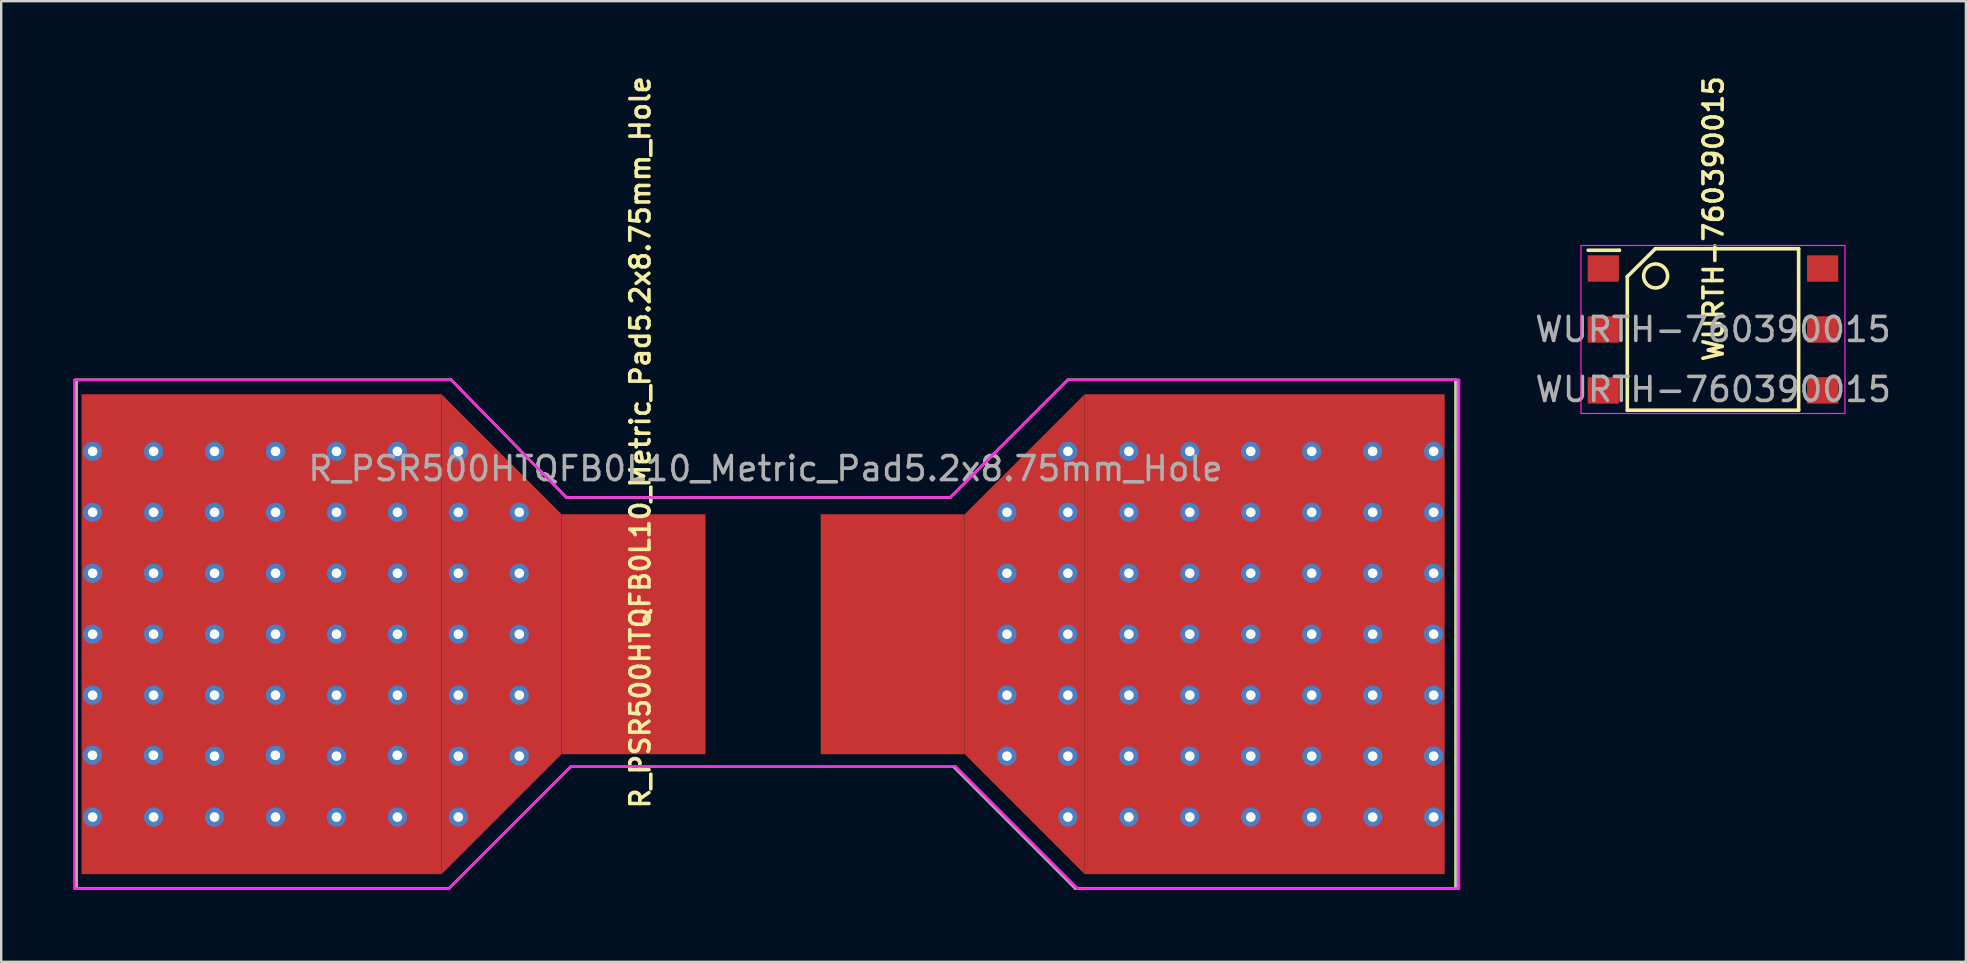
<source format=kicad_pcb>
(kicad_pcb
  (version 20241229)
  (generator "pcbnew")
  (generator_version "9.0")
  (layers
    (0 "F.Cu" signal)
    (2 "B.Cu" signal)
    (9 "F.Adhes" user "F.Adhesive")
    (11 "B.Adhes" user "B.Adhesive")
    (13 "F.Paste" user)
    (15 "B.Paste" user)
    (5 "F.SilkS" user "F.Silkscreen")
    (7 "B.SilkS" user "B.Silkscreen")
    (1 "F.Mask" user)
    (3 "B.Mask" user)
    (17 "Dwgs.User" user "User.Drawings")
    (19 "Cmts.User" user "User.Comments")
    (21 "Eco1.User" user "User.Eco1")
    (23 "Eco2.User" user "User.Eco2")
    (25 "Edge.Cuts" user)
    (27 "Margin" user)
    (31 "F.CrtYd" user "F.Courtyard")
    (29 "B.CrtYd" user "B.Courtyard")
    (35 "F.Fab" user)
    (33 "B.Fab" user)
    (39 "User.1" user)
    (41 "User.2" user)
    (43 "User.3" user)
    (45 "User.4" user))
  (footprint "R_PSR500HTQFB0L10_Metric_Pad5.2x8.75mm_Hole"
    (layer "F.Cu")
    (at 28.75 23.378)
    (property "Reference" "R_PSR500HTQFB0L10_Metric_Pad5.2x8.75mm_Hole" (at -5.12 -7.995 90) (layer "F.SilkS") (effects (font (size 0.8 0.8) (thickness 0.15))))
    (attr smd)
    (fp_line (start -28.65 -10.6) (end -13 -10.6) (stroke (width 0.1) (type default)) (layer "F.SilkS"))
    (fp_line (start -28.65 10.6) (end -28.65 -10.6) (stroke (width 0.1) (type default)) (layer "F.SilkS"))
    (fp_line (start -13.1 10.6) (end -28.65 10.6) (stroke (width 0.1) (type default)) (layer "F.SilkS"))
    (fp_line (start -13 -10.6) (end -8.2 -5.7) (stroke (width 0.1) (type default)) (layer "F.SilkS"))
    (fp_line (start -8.2 -5.7) (end 7.8 -5.7) (stroke (width 0.1) (type default)) (layer "F.SilkS"))
    (fp_line (start -8 5.5) (end -13.1 10.6) (stroke (width 0.1) (type default)) (layer "F.SilkS"))
    (fp_line (start 7.8 -5.7) (end 12.7 -10.6) (stroke (width 0.1) (type default)) (layer "F.SilkS"))
    (fp_line (start 8 5.5) (end -8 5.5) (stroke (width 0.1) (type default)) (layer "F.SilkS"))
    (fp_line (start 12.7 -10.6) (end 28.85 -10.6) (stroke (width 0.1) (type default)) (layer "F.SilkS"))
    (fp_line (start 13.1 10.6) (end 8 5.5) (stroke (width 0.1) (type default)) (layer "F.SilkS"))
    (fp_line (start 28.85 -10.6) (end 28.85 10.6) (stroke (width 0.1) (type default)) (layer "F.SilkS"))
    (fp_line (start 28.85 10.6) (end 13.1 10.6) (stroke (width 0.1) (type default)) (layer "F.SilkS"))
    (fp_line (start -28.7 -10.6) (end -13 -10.6) (stroke (width 0.1) (type default)) (layer "F.CrtYd"))
    (fp_line (start -28.7 10.6) (end -28.7 -10.6) (stroke (width 0.1) (type default)) (layer "F.CrtYd"))
    (fp_line (start -13.1 10.6) (end -28.7 10.6) (stroke (width 0.1) (type default)) (layer "F.CrtYd"))
    (fp_line (start -13 -10.6) (end -13 -10.6) (stroke (width 0.1) (type default)) (layer "F.CrtYd"))
    (fp_line (start -13 -10.6) (end -8.2 -5.7) (stroke (width 0.1) (type default)) (layer "F.CrtYd"))
    (fp_line (start -8.2 -5.7) (end 7.8 -5.7) (stroke (width 0.1) (type default)) (layer "F.CrtYd"))
    (fp_line (start -8 5.5) (end -13.1 10.6) (stroke (width 0.1) (type default)) (layer "F.CrtYd"))
    (fp_line (start 7.8 -5.7) (end 12.7 -10.6) (stroke (width 0.1) (type default)) (layer "F.CrtYd"))
    (fp_line (start 8 5.5) (end -8 5.5) (stroke (width 0.1) (type default)) (layer "F.CrtYd"))
    (fp_line (start 12.7 -10.6) (end 29 -10.6) (stroke (width 0.1) (type default)) (layer "F.CrtYd"))
    (fp_line (start 13.1 10.6) (end 8 5.5) (stroke (width 0.1) (type default)) (layer "F.CrtYd"))
    (fp_line (start 29 -10.6) (end 29 10.6) (stroke (width 0.1) (type default)) (layer "F.CrtYd"))
    (fp_line (start 29 10.6) (end 13.1 10.6) (stroke (width 0.1) (type default)) (layer "F.CrtYd"))
    (fp_line (start -28.6 -10.6) (end -13 -10.6) (stroke (width 0.1) (type default)) (layer "F.Fab"))
    (fp_line (start -28.6 10.6) (end -28.6 -10.6) (stroke (width 0.1) (type default)) (layer "F.Fab"))
    (fp_line (start -13.1 10.6) (end -28.6 10.6) (stroke (width 0.1) (type default)) (layer "F.Fab"))
    (fp_line (start -13 -10.6) (end -8.2 -5.7) (stroke (width 0.1) (type default)) (layer "F.Fab"))
    (fp_line (start -8.2 -5.7) (end 7.8 -5.7) (stroke (width 0.1) (type default)) (layer "F.Fab"))
    (fp_line (start -8 5.5) (end -13.1 10.6) (stroke (width 0.1) (type default)) (layer "F.Fab"))
    (fp_line (start 7.8 -5.7) (end 12.7 -10.6) (stroke (width 0.1) (type default)) (layer "F.Fab"))
    (fp_line (start 7.9 5.5) (end -8 5.5) (stroke (width 0.1) (type default)) (layer "F.Fab"))
    (fp_line (start 12.7 -10.6) (end 28.9 -10.6) (stroke (width 0.1) (type default)) (layer "F.Fab"))
    (fp_line (start 13 10.6) (end 7.9 5.5) (stroke (width 0.1) (type default)) (layer "F.Fab"))
    (fp_line (start 28.9 -10.6) (end 28.9 10.6) (stroke (width 0.1) (type default)) (layer "F.Fab"))
    (fp_line (start 28.9 10.6) (end 13 10.6) (stroke (width 0.1) (type default)) (layer "F.Fab"))
    (fp_text user "${REFERENCE}" (at 0.1 -6.9 0) (layer "F.Fab") (effects (font (size 1 1) (thickness 0.15))))
    (pad "1" thru_hole circle (at -27.947 5.044) (size 0.8 0.8) (drill 0.4) (layers "*.Cu" "*.Mask"))
    (pad "1" thru_hole circle (at -27.94 -7.62) (size 0.8 0.8) (drill 0.4) (layers "*.Cu" "*.Mask"))
    (pad "1" thru_hole circle (at -27.94 -5.08) (size 0.8 0.8) (drill 0.4) (layers "*.Cu" "*.Mask"))
    (pad "1" thru_hole circle (at -27.94 -2.54) (size 0.8 0.8) (drill 0.4) (layers "*.Cu" "*.Mask"))
    (pad "1" thru_hole circle (at -27.94 0) (size 0.8 0.8) (drill 0.4) (layers "*.Cu" "*.Mask"))
    (pad "1" thru_hole circle (at -27.94 2.54) (size 0.8 0.8) (drill 0.4) (layers "*.Cu" "*.Mask"))
    (pad "1" thru_hole circle (at -27.94 7.62) (size 0.8 0.8) (drill 0.4) (layers "*.Cu" "*.Mask"))
    (pad "1" thru_hole circle (at -25.407 5.044) (size 0.8 0.8) (drill 0.4) (layers "*.Cu" "*.Mask"))
    (pad "1" thru_hole circle (at -25.4 -7.62) (size 0.8 0.8) (drill 0.4) (layers "*.Cu" "*.Mask"))
    (pad "1" thru_hole circle (at -25.4 -5.08) (size 0.8 0.8) (drill 0.4) (layers "*.Cu" "*.Mask"))
    (pad "1" thru_hole circle (at -25.4 -2.54) (size 0.8 0.8) (drill 0.4) (layers "*.Cu" "*.Mask"))
    (pad "1" thru_hole circle (at -25.4 0) (size 0.8 0.8) (drill 0.4) (layers "*.Cu" "*.Mask"))
    (pad "1" thru_hole circle (at -25.4 2.54) (size 0.8 0.8) (drill 0.4) (layers "*.Cu" "*.Mask"))
    (pad "1" thru_hole circle (at -25.4 7.62) (size 0.8 0.8) (drill 0.4) (layers "*.Cu" "*.Mask"))
    (pad "1" thru_hole circle (at -22.86 -7.62) (size 0.8 0.8) (drill 0.4) (layers "*.Cu" "*.Mask"))
    (pad "1" thru_hole circle (at -22.86 -5.08) (size 0.8 0.8) (drill 0.4) (layers "*.Cu" "*.Mask"))
    (pad "1" thru_hole circle (at -22.86 -2.54) (size 0.8 0.8) (drill 0.4) (layers "*.Cu" "*.Mask"))
    (pad "1" thru_hole circle (at -22.86 0) (size 0.8 0.8) (drill 0.4) (layers "*.Cu" "*.Mask"))
    (pad "1" thru_hole circle (at -22.86 2.54) (size 0.8 0.8) (drill 0.4) (layers "*.Cu" "*.Mask"))
    (pad "1" thru_hole circle (at -22.86 5.08) (size 0.8 0.8) (drill 0.4) (layers "*.Cu" "*.Mask"))
    (pad "1" thru_hole circle (at -22.86 7.62) (size 0.8 0.8) (drill 0.4) (layers "*.Cu" "*.Mask"))
    (pad "1" smd rect (at -20.9 0 270) (size 20 15) (layers "F.Cu" "F.Mask" "F.Paste"))
    (pad "1" thru_hole circle (at -20.327 5.044) (size 0.8 0.8) (drill 0.4) (layers "*.Cu" "*.Mask"))
    (pad "1" thru_hole circle (at -20.32 -7.62) (size 0.8 0.8) (drill 0.4) (layers "*.Cu" "*.Mask"))
    (pad "1" thru_hole circle (at -20.32 -5.08) (size 0.8 0.8) (drill 0.4) (layers "*.Cu" "*.Mask"))
    (pad "1" thru_hole circle (at -20.32 -2.54) (size 0.8 0.8) (drill 0.4) (layers "*.Cu" "*.Mask"))
    (pad "1" thru_hole circle (at -20.32 0) (size 0.8 0.8) (drill 0.4) (layers "*.Cu" "*.Mask"))
    (pad "1" thru_hole circle (at -20.32 2.54) (size 0.8 0.8) (drill 0.4) (layers "*.Cu" "*.Mask"))
    (pad "1" thru_hole circle (at -20.32 7.62) (size 0.8 0.8) (drill 0.4) (layers "*.Cu" "*.Mask"))
    (pad "1" thru_hole circle (at -17.78 -7.62) (size 0.8 0.8) (drill 0.4) (layers "*.Cu" "*.Mask"))
    (pad "1" thru_hole circle (at -17.78 -5.08) (size 0.8 0.8) (drill 0.4) (layers "*.Cu" "*.Mask"))
    (pad "1" thru_hole circle (at -17.78 -2.54) (size 0.8 0.8) (drill 0.4) (layers "*.Cu" "*.Mask"))
    (pad "1" thru_hole circle (at -17.78 0) (size 0.8 0.8) (drill 0.4) (layers "*.Cu" "*.Mask"))
    (pad "1" thru_hole circle (at -17.78 2.54) (size 0.8 0.8) (drill 0.4) (layers "*.Cu" "*.Mask"))
    (pad "1" thru_hole circle (at -17.78 5.08) (size 0.8 0.8) (drill 0.4) (layers "*.Cu" "*.Mask"))
    (pad "1" thru_hole circle (at -17.78 7.62) (size 0.8 0.8) (drill 0.4) (layers "*.Cu" "*.Mask"))
    (pad "1" thru_hole circle (at -15.247 5.044) (size 0.8 0.8) (drill 0.4) (layers "*.Cu" "*.Mask"))
    (pad "1" thru_hole circle (at -15.24 -7.62) (size 0.8 0.8) (drill 0.4) (layers "*.Cu" "*.Mask"))
    (pad "1" thru_hole circle (at -15.24 -5.08) (size 0.8 0.8) (drill 0.4) (layers "*.Cu" "*.Mask"))
    (pad "1" thru_hole circle (at -15.24 -2.54) (size 0.8 0.8) (drill 0.4) (layers "*.Cu" "*.Mask"))
    (pad "1" thru_hole circle (at -15.24 0) (size 0.8 0.8) (drill 0.4) (layers "*.Cu" "*.Mask"))
    (pad "1" thru_hole circle (at -15.24 2.54) (size 0.8 0.8) (drill 0.4) (layers "*.Cu" "*.Mask"))
    (pad "1" thru_hole circle (at -15.24 7.62) (size 0.8 0.8) (drill 0.4) (layers "*.Cu" "*.Mask"))
    (pad "1" thru_hole circle (at -12.7 -7.62) (size 0.8 0.8) (drill 0.4) (layers "*.Cu" "*.Mask"))
    (pad "1" thru_hole circle (at -12.7 -5.08) (size 0.8 0.8) (drill 0.4) (layers "*.Cu" "*.Mask"))
    (pad "1" thru_hole circle (at -12.7 -2.54) (size 0.8 0.8) (drill 0.4) (layers "*.Cu" "*.Mask"))
    (pad "1" thru_hole circle (at -12.7 0) (size 0.8 0.8) (drill 0.4) (layers "*.Cu" "*.Mask"))
    (pad "1" thru_hole circle (at -12.7 2.54) (size 0.8 0.8) (drill 0.4) (layers "*.Cu" "*.Mask"))
    (pad "1" thru_hole circle (at -12.7 5.08) (size 0.8 0.8) (drill 0.4) (layers "*.Cu" "*.Mask"))
    (pad "1" thru_hole circle (at -12.7 7.62) (size 0.8 0.8) (drill 0.4) (layers "*.Cu" "*.Mask"))
    (pad "1" smd trapezoid (at -10.9 0 270) (size 15 5) (rect_delta 0 5) (layers "F.Cu" "F.Mask" "F.Paste"))
    (pad "1" thru_hole circle (at -10.16 -5.08) (size 0.8 0.8) (drill 0.4) (layers "*.Cu" "*.Mask"))
    (pad "1" thru_hole circle (at -10.16 -2.54) (size 0.8 0.8) (drill 0.4) (layers "*.Cu" "*.Mask"))
    (pad "1" thru_hole circle (at -10.16 0) (size 0.8 0.8) (drill 0.4) (layers "*.Cu" "*.Mask"))
    (pad "1" thru_hole circle (at -10.16 2.54) (size 0.8 0.8) (drill 0.4) (layers "*.Cu" "*.Mask"))
    (pad "1" thru_hole circle (at -10.16 5.08) (size 0.8 0.8) (drill 0.4) (layers "*.Cu" "*.Mask"))
    (pad "1" smd rect (at -5.4 0) (size 6 10) (layers "F.Cu" "F.Mask" "F.Paste"))
    (pad "2" smd rect (at 5.4 0) (size 6 10) (layers "F.Cu" "F.Mask" "F.Paste"))
    (pad "2" thru_hole circle (at 10.16 -5.08) (size 0.8 0.8) (drill 0.4) (layers "*.Cu" "*.Mask"))
    (pad "2" thru_hole circle (at 10.16 -2.54) (size 0.8 0.8) (drill 0.4) (layers "*.Cu" "*.Mask"))
    (pad "2" thru_hole circle (at 10.16 0) (size 0.8 0.8) (drill 0.4) (layers "*.Cu" "*.Mask"))
    (pad "2" thru_hole circle (at 10.16 2.54) (size 0.8 0.8) (drill 0.4) (layers "*.Cu" "*.Mask"))
    (pad "2" thru_hole circle (at 10.16 5.08) (size 0.8 0.8) (drill 0.4) (layers "*.Cu" "*.Mask"))
    (pad "2" smd trapezoid (at 10.9 0 90) (size 15 5) (rect_delta 0 5) (layers "F.Cu" "F.Mask" "F.Paste"))
    (pad "2" thru_hole circle (at 12.7 -7.62) (size 0.8 0.8) (drill 0.4) (layers "*.Cu" "*.Mask"))
    (pad "2" thru_hole circle (at 12.7 -5.08) (size 0.8 0.8) (drill 0.4) (layers "*.Cu" "*.Mask"))
    (pad "2" thru_hole circle (at 12.7 -2.54) (size 0.8 0.8) (drill 0.4) (layers "*.Cu" "*.Mask"))
    (pad "2" thru_hole circle (at 12.7 0) (size 0.8 0.8) (drill 0.4) (layers "*.Cu" "*.Mask"))
    (pad "2" thru_hole circle (at 12.7 2.54) (size 0.8 0.8) (drill 0.4) (layers "*.Cu" "*.Mask"))
    (pad "2" thru_hole circle (at 12.7 5.08) (size 0.8 0.8) (drill 0.4) (layers "*.Cu" "*.Mask"))
    (pad "2" thru_hole circle (at 12.7 7.62) (size 0.8 0.8) (drill 0.4) (layers "*.Cu" "*.Mask"))
    (pad "2" thru_hole circle (at 15.24 -7.62) (size 0.8 0.8) (drill 0.4) (layers "*.Cu" "*.Mask"))
    (pad "2" thru_hole circle (at 15.24 -5.08) (size 0.8 0.8) (drill 0.4) (layers "*.Cu" "*.Mask"))
    (pad "2" thru_hole circle (at 15.24 -2.54) (size 0.8 0.8) (drill 0.4) (layers "*.Cu" "*.Mask"))
    (pad "2" thru_hole circle (at 15.24 0) (size 0.8 0.8) (drill 0.4) (layers "*.Cu" "*.Mask"))
    (pad "2" thru_hole circle (at 15.24 2.54) (size 0.8 0.8) (drill 0.4) (layers "*.Cu" "*.Mask"))
    (pad "2" thru_hole circle (at 15.24 5.08) (size 0.8 0.8) (drill 0.4) (layers "*.Cu" "*.Mask"))
    (pad "2" thru_hole circle (at 15.24 7.62) (size 0.8 0.8) (drill 0.4) (layers "*.Cu" "*.Mask"))
    (pad "2" thru_hole circle (at 17.78 -7.62) (size 0.8 0.8) (drill 0.4) (layers "*.Cu" "*.Mask"))
    (pad "2" thru_hole circle (at 17.78 -5.08) (size 0.8 0.8) (drill 0.4) (layers "*.Cu" "*.Mask"))
    (pad "2" thru_hole circle (at 17.78 -2.54) (size 0.8 0.8) (drill 0.4) (layers "*.Cu" "*.Mask"))
    (pad "2" thru_hole circle (at 17.78 0) (size 0.8 0.8) (drill 0.4) (layers "*.Cu" "*.Mask"))
    (pad "2" thru_hole circle (at 17.78 2.54) (size 0.8 0.8) (drill 0.4) (layers "*.Cu" "*.Mask"))
    (pad "2" thru_hole circle (at 17.78 5.08) (size 0.8 0.8) (drill 0.4) (layers "*.Cu" "*.Mask"))
    (pad "2" thru_hole circle (at 17.78 7.62) (size 0.8 0.8) (drill 0.4) (layers "*.Cu" "*.Mask"))
    (pad "2" thru_hole circle (at 20.32 -7.62) (size 0.8 0.8) (drill 0.4) (layers "*.Cu" "*.Mask"))
    (pad "2" thru_hole circle (at 20.32 -5.08) (size 0.8 0.8) (drill 0.4) (layers "*.Cu" "*.Mask"))
    (pad "2" thru_hole circle (at 20.32 -2.54) (size 0.8 0.8) (drill 0.4) (layers "*.Cu" "*.Mask"))
    (pad "2" thru_hole circle (at 20.32 0) (size 0.8 0.8) (drill 0.4) (layers "*.Cu" "*.Mask"))
    (pad "2" thru_hole circle (at 20.32 2.54) (size 0.8 0.8) (drill 0.4) (layers "*.Cu" "*.Mask"))
    (pad "2" thru_hole circle (at 20.32 5.08) (size 0.8 0.8) (drill 0.4) (layers "*.Cu" "*.Mask"))
    (pad "2" thru_hole circle (at 20.32 7.62) (size 0.8 0.8) (drill 0.4) (layers "*.Cu" "*.Mask"))
    (pad "2" smd rect (at 20.9 0 90) (size 20 15) (layers "F.Cu" "F.Mask" "F.Paste"))
    (pad "2" thru_hole circle (at 22.86 -7.62) (size 0.8 0.8) (drill 0.4) (layers "*.Cu" "*.Mask"))
    (pad "2" thru_hole circle (at 22.86 -5.08) (size 0.8 0.8) (drill 0.4) (layers "*.Cu" "*.Mask"))
    (pad "2" thru_hole circle (at 22.86 -2.54) (size 0.8 0.8) (drill 0.4) (layers "*.Cu" "*.Mask"))
    (pad "2" thru_hole circle (at 22.86 0) (size 0.8 0.8) (drill 0.4) (layers "*.Cu" "*.Mask"))
    (pad "2" thru_hole circle (at 22.86 2.54) (size 0.8 0.8) (drill 0.4) (layers "*.Cu" "*.Mask"))
    (pad "2" thru_hole circle (at 22.86 5.08) (size 0.8 0.8) (drill 0.4) (layers "*.Cu" "*.Mask"))
    (pad "2" thru_hole circle (at 22.86 7.62) (size 0.8 0.8) (drill 0.4) (layers "*.Cu" "*.Mask"))
    (pad "2" thru_hole circle (at 25.4 -7.62) (size 0.8 0.8) (drill 0.4) (layers "*.Cu" "*.Mask"))
    (pad "2" thru_hole circle (at 25.4 -5.08) (size 0.8 0.8) (drill 0.4) (layers "*.Cu" "*.Mask"))
    (pad "2" thru_hole circle (at 25.4 -2.54) (size 0.8 0.8) (drill 0.4) (layers "*.Cu" "*.Mask"))
    (pad "2" thru_hole circle (at 25.4 0) (size 0.8 0.8) (drill 0.4) (layers "*.Cu" "*.Mask"))
    (pad "2" thru_hole circle (at 25.4 2.54) (size 0.8 0.8) (drill 0.4) (layers "*.Cu" "*.Mask"))
    (pad "2" thru_hole circle (at 25.4 5.08) (size 0.8 0.8) (drill 0.4) (layers "*.Cu" "*.Mask"))
    (pad "2" thru_hole circle (at 25.4 7.62) (size 0.8 0.8) (drill 0.4) (layers "*.Cu" "*.Mask"))
    (pad "2" thru_hole circle (at 27.94 -7.62) (size 0.8 0.8) (drill 0.4) (layers "*.Cu" "*.Mask"))
    (pad "2" thru_hole circle (at 27.94 -5.08) (size 0.8 0.8) (drill 0.4) (layers "*.Cu" "*.Mask"))
    (pad "2" thru_hole circle (at 27.94 -2.54) (size 0.8 0.8) (drill 0.4) (layers "*.Cu" "*.Mask"))
    (pad "2" thru_hole circle (at 27.94 0) (size 0.8 0.8) (drill 0.4) (layers "*.Cu" "*.Mask"))
    (pad "2" thru_hole circle (at 27.94 2.54) (size 0.8 0.8) (drill 0.4) (layers "*.Cu" "*.Mask"))
    (pad "2" thru_hole circle (at 27.94 5.08) (size 0.8 0.8) (drill 0.4) (layers "*.Cu" "*.Mask"))
    (pad "2" thru_hole circle (at 27.94 7.62) (size 0.8 0.8) (drill 0.4) (layers "*.Cu" "*.Mask")))
  (footprint "WURTH-760390015"
    (layer "F.Cu")
    (at 68.34 10.679)
    (property "Reference" "WURTH-760390015" (at 0.01 -4.61 90) (unlocked yes) (layer "F.SilkS") (effects (font (size 0.8 0.8) (thickness 0.15))))
    (attr smd)
    (fp_line (start -5.21 -3.3) (end -3.91 -3.3) (stroke (width 0.15) (type solid)) (layer "F.SilkS"))
    (fp_line (start -3.91 -3.3) (end -3.91 -3.3) (stroke (width 0.15) (type solid)) (layer "F.SilkS"))
    (fp_line (start -3.58 -2.2) (end -2.41 -3.365) (stroke (width 0.15) (type solid)) (layer "F.SilkS"))
    (fp_line (start -3.58 3.365) (end -3.58 -2.2) (stroke (width 0.15) (type solid)) (layer "F.SilkS"))
    (fp_line (start -2.41 -3.365) (end 3.56 -3.365) (stroke (width 0.15) (type solid)) (layer "F.SilkS"))
    (fp_line (start 3.56 -3.365) (end 3.56 3.365) (stroke (width 0.15) (type solid)) (layer "F.SilkS"))
    (fp_line (start 3.56 3.365) (end -3.58 3.365) (stroke (width 0.15) (type solid)) (layer "F.SilkS"))
    (fp_circle (center -2.4 -2.23) (end -2 -1.93) (stroke (width 0.15) (type solid)) (fill no) (layer "F.SilkS"))
    (fp_rect (start -5.51 -3.5) (end 5.49 3.5) (stroke (width 0.05) (type default)) (fill no) (layer "F.CrtYd"))
    (fp_text user "${REFERENCE}" (at 0 2.5 0) (unlocked yes) (layer "F.Fab") (effects (font (size 1 1) (thickness 0.15))))
    (fp_text user "${REFERENCE}" (at -0.01 0 180) (layer "F.Fab") (effects (font (size 1 1) (thickness 0.15))))
    (pad "1" smd rect (at -4.58 -2.54) (size 1.3 1.1) (layers "F.Cu" "F.Mask" "F.Paste"))
    (pad "2" smd rect (at -4.58 0) (size 1.3 1.1) (layers "F.Cu" "F.Mask" "F.Paste"))
    (pad "3" smd rect (at -4.58 2.54) (size 1.3 1.1) (layers "F.Cu" "F.Mask" "F.Paste"))
    (pad "4" smd rect (at 4.56 2.54) (size 1.3 1.1) (layers "F.Cu" "F.Mask" "F.Paste"))
    (pad "5" smd rect (at 4.56 0) (size 1.3 1.1) (layers "F.Cu" "F.Mask" "F.Paste"))
    (pad "6" smd rect (at 4.56 -2.54) (size 1.3 1.1) (layers "F.Cu" "F.Mask" "F.Paste")))
  (gr_rect
    (start -3 -3)
    (end 78.87 37.028)
    (stroke (width 0.1) (type default))
    (fill no)
    (layer "Edge.Cuts")))
</source>
